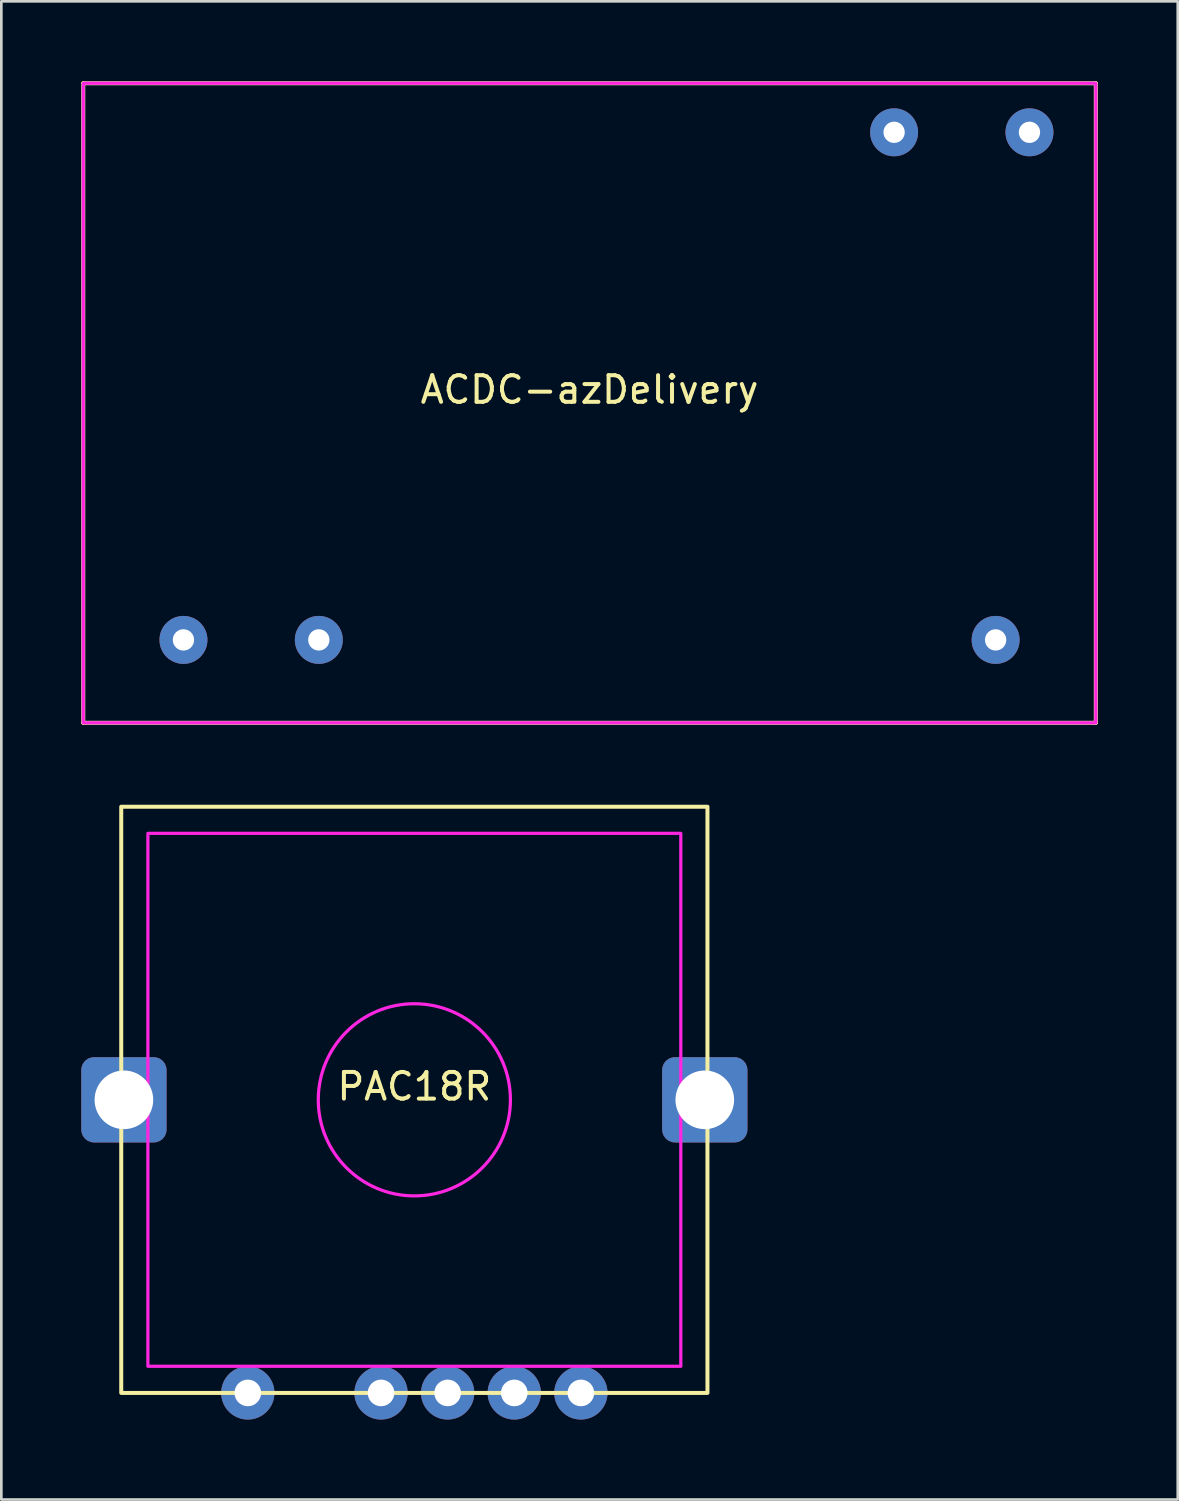
<source format=kicad_pcb>
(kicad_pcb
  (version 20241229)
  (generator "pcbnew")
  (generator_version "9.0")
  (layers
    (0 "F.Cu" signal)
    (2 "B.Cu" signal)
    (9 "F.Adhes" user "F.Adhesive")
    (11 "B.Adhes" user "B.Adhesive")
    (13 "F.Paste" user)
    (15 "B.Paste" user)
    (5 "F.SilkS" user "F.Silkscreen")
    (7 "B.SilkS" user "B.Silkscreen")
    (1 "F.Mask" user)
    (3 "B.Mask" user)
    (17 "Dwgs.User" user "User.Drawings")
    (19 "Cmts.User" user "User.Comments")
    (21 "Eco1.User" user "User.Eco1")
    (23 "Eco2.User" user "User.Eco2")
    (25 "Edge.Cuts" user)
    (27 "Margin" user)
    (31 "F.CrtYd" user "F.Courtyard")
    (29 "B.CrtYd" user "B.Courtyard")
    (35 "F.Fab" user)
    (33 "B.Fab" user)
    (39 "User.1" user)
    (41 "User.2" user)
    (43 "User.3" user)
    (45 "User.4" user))
  (footprint "ACDC-azDelivery"
    (layer "F.Cu")
    (at 19.075 12.075)
    (property "Reference" "ACDC-azDelivery" (at 0 -0.5 0) (unlocked yes) (layer "F.SilkS") (effects (font (size 1 1) (thickness 0.15))))
    (attr through_hole)
    (fp_line (start -19 -12) (end 19 -12) (stroke (width 0.15) (type solid)) (layer "F.SilkS"))
    (fp_line (start -19 12) (end -19 -12) (stroke (width 0.15) (type solid)) (layer "F.SilkS"))
    (fp_line (start 19 -12) (end 19 12) (stroke (width 0.15) (type solid)) (layer "F.SilkS"))
    (fp_line (start 19 12) (end -19 12) (stroke (width 0.15) (type solid)) (layer "F.SilkS"))
    (fp_rect (start -19 -12) (end 19 12) (stroke (width 0.12) (type solid)) (fill no) (layer "F.CrtYd"))
    (pad "1" thru_hole circle (at -15.24 8.89) (size 1.8 1.8) (drill 0.8) (layers "*.Cu" "*.Mask"))
    (pad "2" thru_hole circle (at 15.24 8.89) (size 1.8 1.8) (drill 0.8) (layers "*.Cu" "*.Mask"))
    (pad "3" thru_hole circle (at -10.16 8.89) (size 1.8 1.8) (drill 0.8) (layers "*.Cu" "*.Mask"))
    (pad "14" thru_hole circle (at 16.51 -10.16) (size 1.8 1.8) (drill 0.8) (layers "*.Cu" "*.Mask"))
    (pad "16" thru_hole circle (at 11.43 -10.16) (size 1.8 1.8) (drill 0.8) (layers "*.Cu" "*.Mask")))
  (footprint "PAC18R"
    (layer "F.Cu")
    (at 12.5 38.225)
    (property "Reference" "PAC18R" (at 0 -0.5 0) (unlocked yes) (layer "F.SilkS") (effects (font (size 1 1) (thickness 0.15))))
    (attr through_hole)
    (fp_rect (start -11 -11) (end 11 11) (stroke (width 0.15) (type solid)) (fill no) (layer "F.SilkS"))
    (fp_rect (start -10 -10) (end 10 10) (stroke (width 0.12) (type solid)) (fill no) (layer "F.CrtYd"))
    (fp_circle (center 0 0) (end 3 2) (stroke (width 0.12) (type solid)) (fill no) (layer "F.CrtYd"))
    (pad "1" thru_hole circle (at 6.25 11) (size 2 2) (drill 1) (layers "*.Cu" "*.Mask"))
    (pad "2" thru_hole circle (at -6.25 11) (size 2 2) (drill 1) (layers "*.Cu" "*.Mask"))
    (pad "3" thru_hole circle (at 3.75 11) (size 2 2) (drill 1) (layers "*.Cu" "*.Mask"))
    (pad "4" thru_hole circle (at -1.25 11) (size 2 2) (drill 1) (layers "*.Cu" "*.Mask"))
    (pad "5" thru_hole circle (at 1.25 11) (size 2 2) (drill 1) (layers "*.Cu" "*.Mask"))
    (pad "6" thru_hole roundrect (at -10.9 0) (size 3.2 3.2) (drill 2.2) (layers "*.Cu" "*.Mask") (roundrect_rratio 0.15))
    (pad "7" thru_hole roundrect (at 10.9 0) (size 3.2 3.2) (drill 2.2) (layers "*.Cu" "*.Mask") (roundrect_rratio 0.15)))
  (gr_rect
    (start -3 -3)
    (end 41.15 53.225)
    (stroke (width 0.1) (type default))
    (fill no)
    (layer "Edge.Cuts")))
</source>
